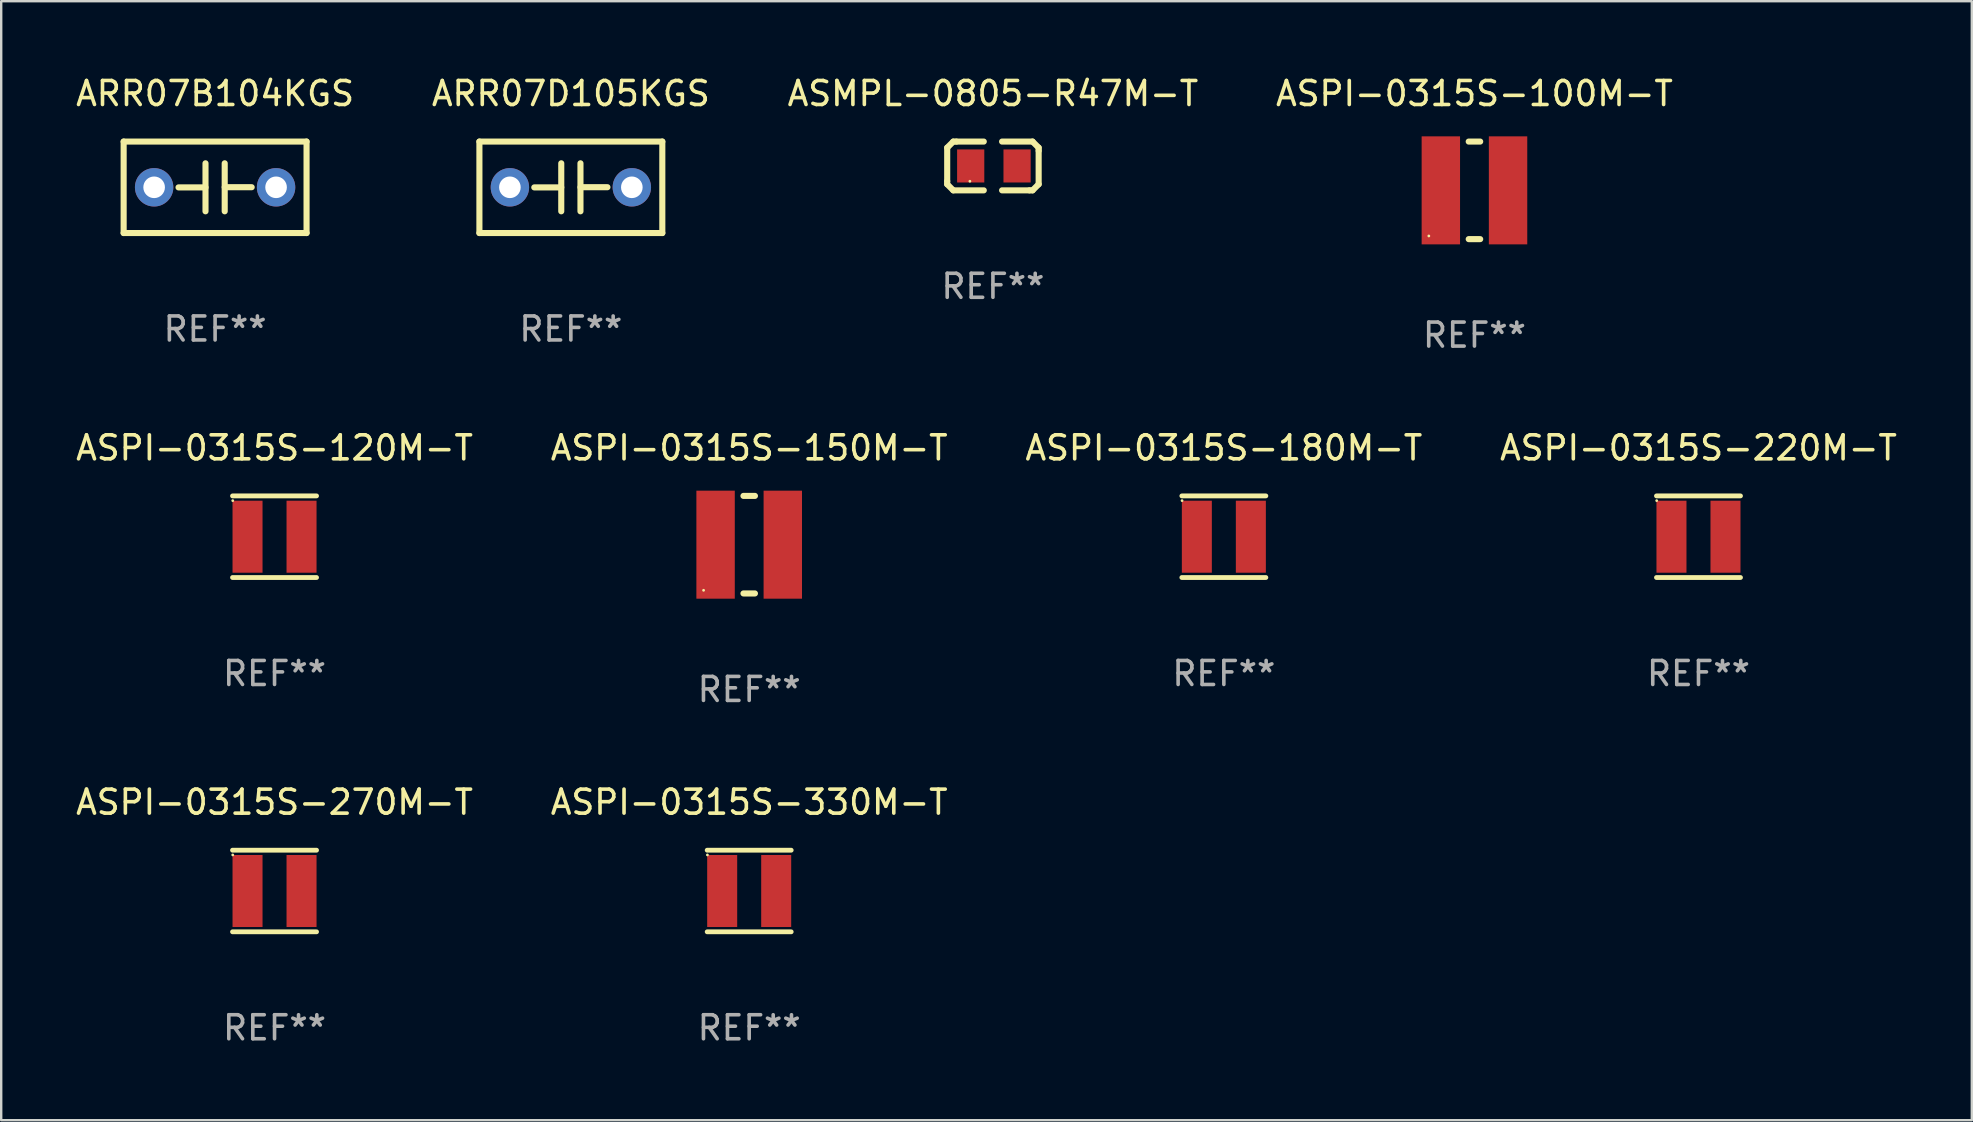
<source format=kicad_pcb>
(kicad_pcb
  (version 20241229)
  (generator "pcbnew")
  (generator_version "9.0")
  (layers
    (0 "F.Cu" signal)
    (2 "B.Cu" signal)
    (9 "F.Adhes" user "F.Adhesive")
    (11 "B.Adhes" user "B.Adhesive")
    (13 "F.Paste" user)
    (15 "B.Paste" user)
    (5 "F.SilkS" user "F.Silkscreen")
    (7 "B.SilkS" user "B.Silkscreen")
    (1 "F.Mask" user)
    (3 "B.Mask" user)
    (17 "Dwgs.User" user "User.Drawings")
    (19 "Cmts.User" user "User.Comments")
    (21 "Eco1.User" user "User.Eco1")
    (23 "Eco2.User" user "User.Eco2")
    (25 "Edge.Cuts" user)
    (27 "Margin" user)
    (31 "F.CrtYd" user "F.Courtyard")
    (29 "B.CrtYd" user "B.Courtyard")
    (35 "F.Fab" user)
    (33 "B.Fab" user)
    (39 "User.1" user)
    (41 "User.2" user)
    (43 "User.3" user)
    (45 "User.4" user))
  (footprint "ASPI-0315S-120M-T"
    (layer "F.Cu")
    (at 8.387 19.309)
    (property "Reference" "ASPI-0315S-120M-T" (at 0 -3.7 0) (layer "F.SilkS") (effects (font (size 1 1) (thickness 0.15))))
    (attr through_hole)
    (fp_line (start -1.75 -1.7) (end 1.75 -1.7) (stroke (width 0.2) (type solid)) (layer "F.SilkS"))
    (fp_line (start -1.75 1.7) (end 1.75 1.7) (stroke (width 0.2) (type solid)) (layer "F.SilkS"))
    (fp_circle (center -1.741 -1.503) (end -1.711 -1.503) (stroke (width 0.06) (type solid)) (fill no) (layer "F.SilkS"))
    (fp_text user "REF**" (at 0 5.7 0) (layer "F.Fab") (effects (font (size 1 1) (thickness 0.15))))
    (pad "1" smd rect (at -1.125 0) (size 1.25 3) (layers "F.Cu" "F.Mask" "F.Paste"))
    (pad "2" smd rect (at 1.125 0) (size 1.25 3) (layers "F.Cu" "F.Mask" "F.Paste")))
  (footprint "ASPI-0315S-180M-T"
    (layer "F.Cu")
    (at 47.935 19.309)
    (property "Reference" "ASPI-0315S-180M-T" (at 0 -3.7 0) (layer "F.SilkS") (effects (font (size 1 1) (thickness 0.15))))
    (attr through_hole)
    (fp_line (start -1.75 -1.7) (end 1.75 -1.7) (stroke (width 0.2) (type solid)) (layer "F.SilkS"))
    (fp_line (start -1.75 1.7) (end 1.75 1.7) (stroke (width 0.2) (type solid)) (layer "F.SilkS"))
    (fp_circle (center -1.741 -1.503) (end -1.711 -1.503) (stroke (width 0.06) (type solid)) (fill no) (layer "F.SilkS"))
    (fp_text user "REF**" (at 0 5.7 0) (layer "F.Fab") (effects (font (size 1 1) (thickness 0.15))))
    (pad "1" smd rect (at -1.125 0) (size 1.25 3) (layers "F.Cu" "F.Mask" "F.Paste"))
    (pad "2" smd rect (at 1.125 0) (size 1.25 3) (layers "F.Cu" "F.Mask" "F.Paste")))
  (footprint "ASPI-0315S-270M-T"
    (layer "F.Cu")
    (at 8.387 34.069)
    (property "Reference" "ASPI-0315S-270M-T" (at 0 -3.7 0) (layer "F.SilkS") (effects (font (size 1 1) (thickness 0.15))))
    (attr through_hole)
    (fp_line (start -1.75 -1.7) (end 1.75 -1.7) (stroke (width 0.2) (type solid)) (layer "F.SilkS"))
    (fp_line (start -1.75 1.7) (end 1.75 1.7) (stroke (width 0.2) (type solid)) (layer "F.SilkS"))
    (fp_circle (center -1.741 -1.503) (end -1.711 -1.503) (stroke (width 0.06) (type solid)) (fill no) (layer "F.SilkS"))
    (fp_text user "REF**" (at 0 5.7 0) (layer "F.Fab") (effects (font (size 1 1) (thickness 0.15))))
    (pad "1" smd rect (at -1.125 0) (size 1.25 3) (layers "F.Cu" "F.Mask" "F.Paste"))
    (pad "2" smd rect (at 1.125 0) (size 1.25 3) (layers "F.Cu" "F.Mask" "F.Paste")))
  (footprint "ASPI-0315S-150M-T"
    (layer "F.Cu")
    (at 28.161 19.641)
    (property "Reference" "ASPI-0315S-150M-T" (at 0 -4.032 0) (layer "F.SilkS") (effects (font (size 1 1) (thickness 0.15))))
    (attr through_hole)
    (fp_line (start -0.239 -2.032) (end 0.239 -2.032) (stroke (width 0.254) (type solid)) (layer "F.SilkS"))
    (fp_line (start -0.239 2.032) (end 0.239 2.032) (stroke (width 0.254) (type solid)) (layer "F.SilkS"))
    (fp_circle (center -1.9 1.9) (end -1.87 1.9) (stroke (width 0.06) (type solid)) (fill no) (layer "F.SilkS"))
    (fp_text user "REF**" (at 0 6.032 0) (layer "F.Fab") (effects (font (size 1 1) (thickness 0.15))))
    (pad "1" smd rect (at -1.4 0 90) (size 4.5 1.6) (layers "F.Cu" "F.Mask" "F.Paste"))
    (pad "2" smd rect (at 1.4 0 90) (size 4.5 1.6) (layers "F.Cu" "F.Mask" "F.Paste")))
  (footprint "ASMPL-0805-R47M-T"
    (layer "F.Cu")
    (at 38.315 3.864)
    (property "Reference" "ASMPL-0805-R47M-T" (at 0 -3.016 0) (layer "F.SilkS") (effects (font (size 1 1) (thickness 0.15))))
    (attr through_hole)
    (fp_line (start -1.905 -0.762) (end -1.905 0.635) (stroke (width 0.254) (type solid)) (layer "F.SilkS"))
    (fp_line (start -1.905 0.635) (end -1.905 0.762) (stroke (width 0.254) (type solid)) (layer "F.SilkS"))
    (fp_line (start -1.905 0.762) (end -1.651 1.016) (stroke (width 0.254) (type solid)) (layer "F.SilkS"))
    (fp_line (start -1.651 -1.016) (end -1.905 -0.762) (stroke (width 0.254) (type solid)) (layer "F.SilkS"))
    (fp_line (start -1.651 1.016) (end -0.381 1.016) (stroke (width 0.254) (type solid)) (layer "F.SilkS"))
    (fp_line (start -1.524 -1.016) (end -1.651 -1.016) (stroke (width 0.254) (type solid)) (layer "F.SilkS"))
    (fp_line (start -0.381 -1.016) (end -1.524 -1.016) (stroke (width 0.254) (type solid)) (layer "F.SilkS"))
    (fp_line (start 0.381 1.016) (end 1.524 1.016) (stroke (width 0.254) (type solid)) (layer "F.SilkS"))
    (fp_line (start 1.524 1.016) (end 1.651 1.016) (stroke (width 0.254) (type solid)) (layer "F.SilkS"))
    (fp_line (start 1.651 -1.016) (end 0.381 -1.016) (stroke (width 0.254) (type solid)) (layer "F.SilkS"))
    (fp_line (start 1.651 1.016) (end 1.905 0.762) (stroke (width 0.254) (type solid)) (layer "F.SilkS"))
    (fp_line (start 1.905 -0.762) (end 1.651 -1.016) (stroke (width 0.254) (type solid)) (layer "F.SilkS"))
    (fp_line (start 1.905 -0.635) (end 1.905 -0.762) (stroke (width 0.254) (type solid)) (layer "F.SilkS"))
    (fp_line (start 1.905 0.762) (end 1.905 -0.635) (stroke (width 0.254) (type solid)) (layer "F.SilkS"))
    (fp_circle (center -0.96 0.637) (end -0.93 0.637) (stroke (width 0.06) (type solid)) (fill no) (layer "F.SilkS"))
    (fp_text user "REF**" (at 0 5.016 0) (layer "F.Fab") (effects (font (size 1 1) (thickness 0.15))))
    (pad "1" smd rect (at -0.926 -0.000051) (size 1.133 1.377) (layers "F.Cu" "F.Mask" "F.Paste"))
    (pad "2" smd rect (at 1.006 -0.000051) (size 1.133 1.377) (layers "F.Cu" "F.Mask" "F.Paste")))
  (footprint "ASPI-0315S-100M-T"
    (layer "F.Cu")
    (at 58.375 4.88)
    (property "Reference" "ASPI-0315S-100M-T" (at 0 -4.032 0) (layer "F.SilkS") (effects (font (size 1 1) (thickness 0.15))))
    (attr through_hole)
    (fp_line (start -0.239 -2.032) (end 0.239 -2.032) (stroke (width 0.254) (type solid)) (layer "F.SilkS"))
    (fp_line (start -0.239 2.032) (end 0.239 2.032) (stroke (width 0.254) (type solid)) (layer "F.SilkS"))
    (fp_circle (center -1.9 1.9) (end -1.87 1.9) (stroke (width 0.06) (type solid)) (fill no) (layer "F.SilkS"))
    (fp_text user "REF**" (at 0 6.032 0) (layer "F.Fab") (effects (font (size 1 1) (thickness 0.15))))
    (pad "1" smd rect (at -1.4 0 90) (size 4.5 1.6) (layers "F.Cu" "F.Mask" "F.Paste"))
    (pad "2" smd rect (at 1.4 0 90) (size 4.5 1.6) (layers "F.Cu" "F.Mask" "F.Paste")))
  (footprint "ASPI-0315S-220M-T"
    (layer "F.Cu")
    (at 67.708 19.309)
    (property "Reference" "ASPI-0315S-220M-T" (at 0 -3.7 0) (layer "F.SilkS") (effects (font (size 1 1) (thickness 0.15))))
    (attr through_hole)
    (fp_line (start -1.75 -1.7) (end 1.75 -1.7) (stroke (width 0.2) (type solid)) (layer "F.SilkS"))
    (fp_line (start -1.75 1.7) (end 1.75 1.7) (stroke (width 0.2) (type solid)) (layer "F.SilkS"))
    (fp_circle (center -1.741 -1.503) (end -1.711 -1.503) (stroke (width 0.06) (type solid)) (fill no) (layer "F.SilkS"))
    (fp_text user "REF**" (at 0 5.7 0) (layer "F.Fab") (effects (font (size 1 1) (thickness 0.15))))
    (pad "1" smd rect (at -1.125 0) (size 1.25 3) (layers "F.Cu" "F.Mask" "F.Paste"))
    (pad "2" smd rect (at 1.125 0) (size 1.25 3) (layers "F.Cu" "F.Mask" "F.Paste")))
  (footprint "ASPI-0315S-330M-T"
    (layer "F.Cu")
    (at 28.161 34.069)
    (property "Reference" "ASPI-0315S-330M-T" (at 0 -3.7 0) (layer "F.SilkS") (effects (font (size 1 1) (thickness 0.15))))
    (attr through_hole)
    (fp_line (start -1.75 -1.7) (end 1.75 -1.7) (stroke (width 0.2) (type solid)) (layer "F.SilkS"))
    (fp_line (start -1.75 1.7) (end 1.75 1.7) (stroke (width 0.2) (type solid)) (layer "F.SilkS"))
    (fp_circle (center -1.741 -1.503) (end -1.711 -1.503) (stroke (width 0.06) (type solid)) (fill no) (layer "F.SilkS"))
    (fp_text user "REF**" (at 0 5.7 0) (layer "F.Fab") (effects (font (size 1 1) (thickness 0.15))))
    (pad "1" smd rect (at -1.125 0) (size 1.25 3) (layers "F.Cu" "F.Mask" "F.Paste"))
    (pad "2" smd rect (at 1.125 0) (size 1.25 3) (layers "F.Cu" "F.Mask" "F.Paste")))
  (footprint "ARR07D105KGS"
    (layer "F.Cu")
    (at 20.732 4.753)
    (property "Reference" "ARR07D105KGS" (at 0 -3.905 0) (layer "F.SilkS") (effects (font (size 1 1) (thickness 0.15))))
    (attr through_hole)
    (fp_line (start -3.81 -1.905) (end 3.81 -1.905) (stroke (width 0.254) (type solid)) (layer "F.SilkS"))
    (fp_line (start -3.81 1.905) (end -3.81 -1.905) (stroke (width 0.254) (type solid)) (layer "F.SilkS"))
    (fp_line (start -0.4 -1) (end -0.4 1) (stroke (width 0.254) (type solid)) (layer "F.SilkS"))
    (fp_line (start -0.4 0.004) (end -1.524 0.004) (stroke (width 0.254) (type solid)) (layer "F.SilkS"))
    (fp_line (start 0.4 -0.004) (end 1.524 -0.004) (stroke (width 0.254) (type solid)) (layer "F.SilkS"))
    (fp_line (start 0.4 1) (end 0.4 -1) (stroke (width 0.254) (type solid)) (layer "F.SilkS"))
    (fp_line (start 3.81 -1.905) (end 3.81 1.905) (stroke (width 0.254) (type solid)) (layer "F.SilkS"))
    (fp_line (start 3.81 1.905) (end -3.81 1.905) (stroke (width 0.254) (type solid)) (layer "F.SilkS"))
    (fp_circle (center -3.8 1.9) (end -3.77 1.9) (stroke (width 0.06) (type solid)) (fill no) (layer "F.SilkS"))
    (fp_text user "REF**" (at 0 5.905 0) (layer "F.Fab") (effects (font (size 1 1) (thickness 0.15))))
    (pad "1" thru_hole circle (at -2.54 0) (size 1.6 1.6) (drill 0.9) (layers "*.Cu" "*.Mask"))
    (pad "2" thru_hole circle (at 2.54 0) (size 1.6 1.6) (drill 0.9) (layers "*.Cu" "*.Mask")))
  (footprint "ARR07B104KGS"
    (layer "F.Cu")
    (at 5.911 4.753)
    (property "Reference" "ARR07B104KGS" (at 0 -3.905 0) (layer "F.SilkS") (effects (font (size 1 1) (thickness 0.15))))
    (attr through_hole)
    (fp_line (start -3.81 -1.905) (end 3.81 -1.905) (stroke (width 0.254) (type solid)) (layer "F.SilkS"))
    (fp_line (start -3.81 1.905) (end -3.81 -1.905) (stroke (width 0.254) (type solid)) (layer "F.SilkS"))
    (fp_line (start -0.4 -1) (end -0.4 1) (stroke (width 0.254) (type solid)) (layer "F.SilkS"))
    (fp_line (start -0.4 0.004) (end -1.524 0.004) (stroke (width 0.254) (type solid)) (layer "F.SilkS"))
    (fp_line (start 0.4 -0.004) (end 1.524 -0.004) (stroke (width 0.254) (type solid)) (layer "F.SilkS"))
    (fp_line (start 0.4 1) (end 0.4 -1) (stroke (width 0.254) (type solid)) (layer "F.SilkS"))
    (fp_line (start 3.81 -1.905) (end 3.81 1.905) (stroke (width 0.254) (type solid)) (layer "F.SilkS"))
    (fp_line (start 3.81 1.905) (end -3.81 1.905) (stroke (width 0.254) (type solid)) (layer "F.SilkS"))
    (fp_circle (center -3.8 1.9) (end -3.77 1.9) (stroke (width 0.06) (type solid)) (fill no) (layer "F.SilkS"))
    (fp_text user "REF**" (at 0 5.905 0) (layer "F.Fab") (effects (font (size 1 1) (thickness 0.15))))
    (pad "1" thru_hole circle (at -2.54 0) (size 1.6 1.6) (drill 0.9) (layers "*.Cu" "*.Mask"))
    (pad "2" thru_hole circle (at 2.54 0) (size 1.6 1.6) (drill 0.9) (layers "*.Cu" "*.Mask")))
  (gr_rect
    (start -3 -3)
    (end 79.095 43.618)
    (stroke (width 0.1) (type default))
    (fill no)
    (layer "Edge.Cuts")))
</source>
